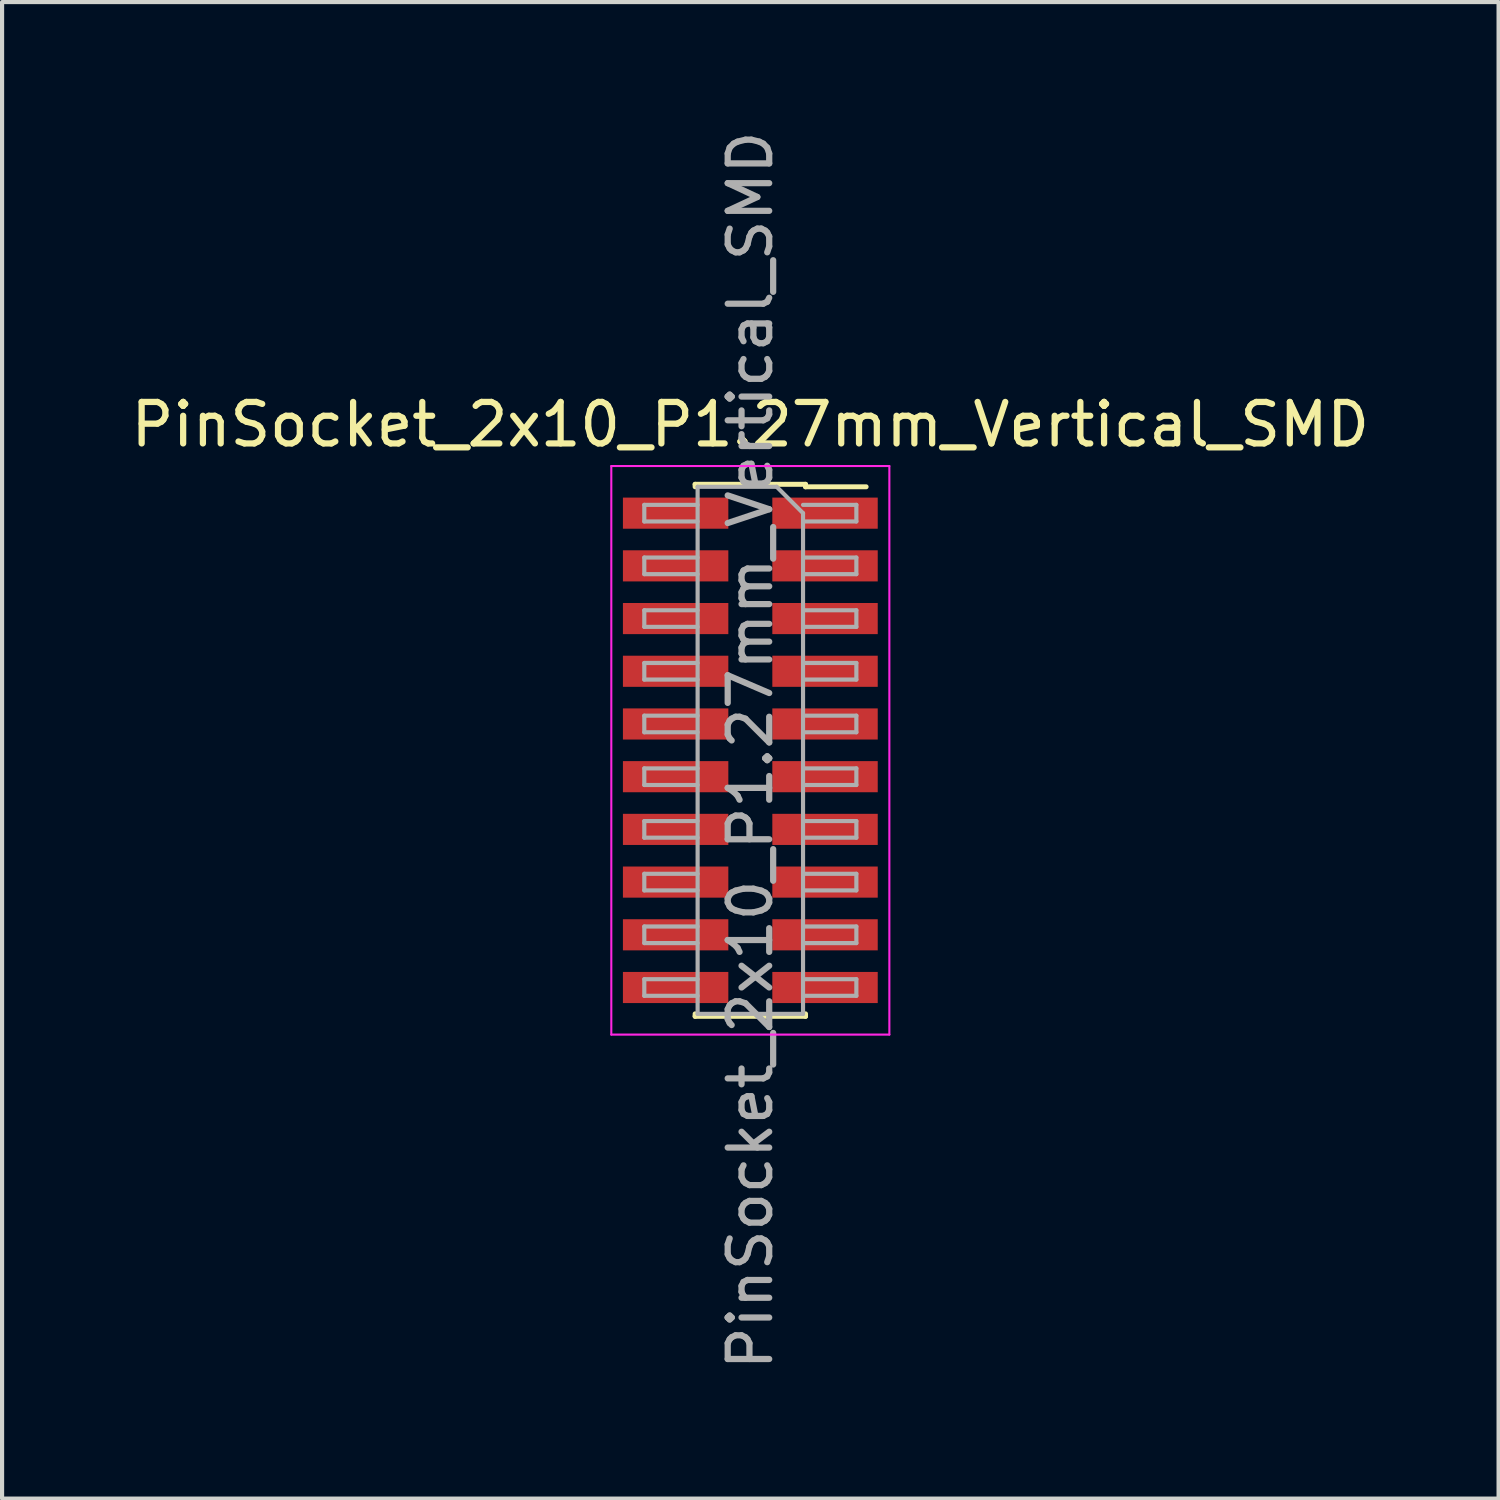
<source format=kicad_pcb>
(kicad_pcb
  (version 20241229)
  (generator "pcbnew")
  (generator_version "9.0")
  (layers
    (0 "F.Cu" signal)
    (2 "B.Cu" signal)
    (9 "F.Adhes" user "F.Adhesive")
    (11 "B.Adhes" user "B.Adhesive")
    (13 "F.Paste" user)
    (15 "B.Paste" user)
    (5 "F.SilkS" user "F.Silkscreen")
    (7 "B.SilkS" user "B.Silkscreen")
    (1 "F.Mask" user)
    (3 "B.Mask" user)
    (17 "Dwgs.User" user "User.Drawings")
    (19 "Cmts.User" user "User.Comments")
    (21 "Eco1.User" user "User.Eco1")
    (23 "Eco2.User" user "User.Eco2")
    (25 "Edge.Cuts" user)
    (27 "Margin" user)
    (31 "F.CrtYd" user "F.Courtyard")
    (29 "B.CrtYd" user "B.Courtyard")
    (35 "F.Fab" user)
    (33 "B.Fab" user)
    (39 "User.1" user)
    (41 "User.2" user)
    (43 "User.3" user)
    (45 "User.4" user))
  (footprint "PinSocket_2x10_P1.27mm_Vertical_SMD"
    (layer "F.Cu")
    (at 15.03 15.03)
    (property "Reference" "PinSocket_2x10_P1.27mm_Vertical_SMD" (at 0 -7.85 0) (layer "F.SilkS") (effects (font (size 1 1) (thickness 0.15))))
    (attr smd)
    (fp_line (start -1.33 -6.41) (end -1.33 -6.35) (stroke (width 0.12) (type solid)) (layer "F.SilkS"))
    (fp_line (start -1.33 -6.41) (end 1.33 -6.41) (stroke (width 0.12) (type solid)) (layer "F.SilkS"))
    (fp_line (start -1.33 6.35) (end -1.33 6.41) (stroke (width 0.12) (type solid)) (layer "F.SilkS"))
    (fp_line (start -1.33 6.41) (end 1.33 6.41) (stroke (width 0.12) (type solid)) (layer "F.SilkS"))
    (fp_line (start 1.33 -6.41) (end 1.33 -6.35) (stroke (width 0.12) (type solid)) (layer "F.SilkS"))
    (fp_line (start 1.33 -6.35) (end 2.79 -6.35) (stroke (width 0.12) (type solid)) (layer "F.SilkS"))
    (fp_line (start 1.33 6.35) (end 1.33 6.41) (stroke (width 0.12) (type solid)) (layer "F.SilkS"))
    (fp_line (start -3.35 -6.85) (end 3.35 -6.85) (stroke (width 0.05) (type solid)) (layer "F.CrtYd"))
    (fp_line (start -3.35 6.85) (end -3.35 -6.85) (stroke (width 0.05) (type solid)) (layer "F.CrtYd"))
    (fp_line (start 3.35 -6.85) (end 3.35 6.85) (stroke (width 0.05) (type solid)) (layer "F.CrtYd"))
    (fp_line (start 3.35 6.85) (end -3.35 6.85) (stroke (width 0.05) (type solid)) (layer "F.CrtYd"))
    (fp_line (start -2.555 -5.915) (end -1.27 -5.915) (stroke (width 0.1) (type solid)) (layer "F.Fab"))
    (fp_line (start -2.555 -5.515) (end -2.555 -5.915) (stroke (width 0.1) (type solid)) (layer "F.Fab"))
    (fp_line (start -2.555 -4.645) (end -1.27 -4.645) (stroke (width 0.1) (type solid)) (layer "F.Fab"))
    (fp_line (start -2.555 -4.245) (end -2.555 -4.645) (stroke (width 0.1) (type solid)) (layer "F.Fab"))
    (fp_line (start -2.555 -3.375) (end -1.27 -3.375) (stroke (width 0.1) (type solid)) (layer "F.Fab"))
    (fp_line (start -2.555 -2.975) (end -2.555 -3.375) (stroke (width 0.1) (type solid)) (layer "F.Fab"))
    (fp_line (start -2.555 -2.105) (end -1.27 -2.105) (stroke (width 0.1) (type solid)) (layer "F.Fab"))
    (fp_line (start -2.555 -1.705) (end -2.555 -2.105) (stroke (width 0.1) (type solid)) (layer "F.Fab"))
    (fp_line (start -2.555 -0.835) (end -1.27 -0.835) (stroke (width 0.1) (type solid)) (layer "F.Fab"))
    (fp_line (start -2.555 -0.435) (end -2.555 -0.835) (stroke (width 0.1) (type solid)) (layer "F.Fab"))
    (fp_line (start -2.555 0.435) (end -1.27 0.435) (stroke (width 0.1) (type solid)) (layer "F.Fab"))
    (fp_line (start -2.555 0.835) (end -2.555 0.435) (stroke (width 0.1) (type solid)) (layer "F.Fab"))
    (fp_line (start -2.555 1.705) (end -1.27 1.705) (stroke (width 0.1) (type solid)) (layer "F.Fab"))
    (fp_line (start -2.555 2.105) (end -2.555 1.705) (stroke (width 0.1) (type solid)) (layer "F.Fab"))
    (fp_line (start -2.555 2.975) (end -1.27 2.975) (stroke (width 0.1) (type solid)) (layer "F.Fab"))
    (fp_line (start -2.555 3.375) (end -2.555 2.975) (stroke (width 0.1) (type solid)) (layer "F.Fab"))
    (fp_line (start -2.555 4.245) (end -1.27 4.245) (stroke (width 0.1) (type solid)) (layer "F.Fab"))
    (fp_line (start -2.555 4.645) (end -2.555 4.245) (stroke (width 0.1) (type solid)) (layer "F.Fab"))
    (fp_line (start -2.555 5.515) (end -1.27 5.515) (stroke (width 0.1) (type solid)) (layer "F.Fab"))
    (fp_line (start -2.555 5.915) (end -2.555 5.515) (stroke (width 0.1) (type solid)) (layer "F.Fab"))
    (fp_line (start -1.27 -6.35) (end 0.635 -6.35) (stroke (width 0.1) (type solid)) (layer "F.Fab"))
    (fp_line (start -1.27 -5.515) (end -2.555 -5.515) (stroke (width 0.1) (type solid)) (layer "F.Fab"))
    (fp_line (start -1.27 -4.245) (end -2.555 -4.245) (stroke (width 0.1) (type solid)) (layer "F.Fab"))
    (fp_line (start -1.27 -2.975) (end -2.555 -2.975) (stroke (width 0.1) (type solid)) (layer "F.Fab"))
    (fp_line (start -1.27 -1.705) (end -2.555 -1.705) (stroke (width 0.1) (type solid)) (layer "F.Fab"))
    (fp_line (start -1.27 -0.435) (end -2.555 -0.435) (stroke (width 0.1) (type solid)) (layer "F.Fab"))
    (fp_line (start -1.27 0.835) (end -2.555 0.835) (stroke (width 0.1) (type solid)) (layer "F.Fab"))
    (fp_line (start -1.27 2.105) (end -2.555 2.105) (stroke (width 0.1) (type solid)) (layer "F.Fab"))
    (fp_line (start -1.27 3.375) (end -2.555 3.375) (stroke (width 0.1) (type solid)) (layer "F.Fab"))
    (fp_line (start -1.27 4.645) (end -2.555 4.645) (stroke (width 0.1) (type solid)) (layer "F.Fab"))
    (fp_line (start -1.27 5.915) (end -2.555 5.915) (stroke (width 0.1) (type solid)) (layer "F.Fab"))
    (fp_line (start -1.27 6.35) (end -1.27 -6.35) (stroke (width 0.1) (type solid)) (layer "F.Fab"))
    (fp_line (start 0.635 -6.35) (end 1.27 -5.715) (stroke (width 0.1) (type solid)) (layer "F.Fab"))
    (fp_line (start 1.27 -5.915) (end 2.555 -5.915) (stroke (width 0.1) (type solid)) (layer "F.Fab"))
    (fp_line (start 1.27 -5.715) (end 1.27 6.35) (stroke (width 0.1) (type solid)) (layer "F.Fab"))
    (fp_line (start 1.27 -4.645) (end 2.555 -4.645) (stroke (width 0.1) (type solid)) (layer "F.Fab"))
    (fp_line (start 1.27 -3.375) (end 2.555 -3.375) (stroke (width 0.1) (type solid)) (layer "F.Fab"))
    (fp_line (start 1.27 -2.105) (end 2.555 -2.105) (stroke (width 0.1) (type solid)) (layer "F.Fab"))
    (fp_line (start 1.27 -0.835) (end 2.555 -0.835) (stroke (width 0.1) (type solid)) (layer "F.Fab"))
    (fp_line (start 1.27 0.435) (end 2.555 0.435) (stroke (width 0.1) (type solid)) (layer "F.Fab"))
    (fp_line (start 1.27 1.705) (end 2.555 1.705) (stroke (width 0.1) (type solid)) (layer "F.Fab"))
    (fp_line (start 1.27 2.975) (end 2.555 2.975) (stroke (width 0.1) (type solid)) (layer "F.Fab"))
    (fp_line (start 1.27 4.245) (end 2.555 4.245) (stroke (width 0.1) (type solid)) (layer "F.Fab"))
    (fp_line (start 1.27 5.515) (end 2.555 5.515) (stroke (width 0.1) (type solid)) (layer "F.Fab"))
    (fp_line (start 1.27 6.35) (end -1.27 6.35) (stroke (width 0.1) (type solid)) (layer "F.Fab"))
    (fp_line (start 2.555 -5.915) (end 2.555 -5.515) (stroke (width 0.1) (type solid)) (layer "F.Fab"))
    (fp_line (start 2.555 -5.515) (end 1.27 -5.515) (stroke (width 0.1) (type solid)) (layer "F.Fab"))
    (fp_line (start 2.555 -4.645) (end 2.555 -4.245) (stroke (width 0.1) (type solid)) (layer "F.Fab"))
    (fp_line (start 2.555 -4.245) (end 1.27 -4.245) (stroke (width 0.1) (type solid)) (layer "F.Fab"))
    (fp_line (start 2.555 -3.375) (end 2.555 -2.975) (stroke (width 0.1) (type solid)) (layer "F.Fab"))
    (fp_line (start 2.555 -2.975) (end 1.27 -2.975) (stroke (width 0.1) (type solid)) (layer "F.Fab"))
    (fp_line (start 2.555 -2.105) (end 2.555 -1.705) (stroke (width 0.1) (type solid)) (layer "F.Fab"))
    (fp_line (start 2.555 -1.705) (end 1.27 -1.705) (stroke (width 0.1) (type solid)) (layer "F.Fab"))
    (fp_line (start 2.555 -0.835) (end 2.555 -0.435) (stroke (width 0.1) (type solid)) (layer "F.Fab"))
    (fp_line (start 2.555 -0.435) (end 1.27 -0.435) (stroke (width 0.1) (type solid)) (layer "F.Fab"))
    (fp_line (start 2.555 0.435) (end 2.555 0.835) (stroke (width 0.1) (type solid)) (layer "F.Fab"))
    (fp_line (start 2.555 0.835) (end 1.27 0.835) (stroke (width 0.1) (type solid)) (layer "F.Fab"))
    (fp_line (start 2.555 1.705) (end 2.555 2.105) (stroke (width 0.1) (type solid)) (layer "F.Fab"))
    (fp_line (start 2.555 2.105) (end 1.27 2.105) (stroke (width 0.1) (type solid)) (layer "F.Fab"))
    (fp_line (start 2.555 2.975) (end 2.555 3.375) (stroke (width 0.1) (type solid)) (layer "F.Fab"))
    (fp_line (start 2.555 3.375) (end 1.27 3.375) (stroke (width 0.1) (type solid)) (layer "F.Fab"))
    (fp_line (start 2.555 4.245) (end 2.555 4.645) (stroke (width 0.1) (type solid)) (layer "F.Fab"))
    (fp_line (start 2.555 4.645) (end 1.27 4.645) (stroke (width 0.1) (type solid)) (layer "F.Fab"))
    (fp_line (start 2.555 5.515) (end 2.555 5.915) (stroke (width 0.1) (type solid)) (layer "F.Fab"))
    (fp_line (start 2.555 5.915) (end 1.27 5.915) (stroke (width 0.1) (type solid)) (layer "F.Fab"))
    (fp_text user "${REFERENCE}" (at 0 0 90) (layer "F.Fab") (effects (font (size 1 1) (thickness 0.15))))
    (pad "1" smd rect (at 1.8 -5.715) (size 2.54 0.75) (layers "F.Cu" "F.Mask" "F.Paste"))
    (pad "2" smd rect (at -1.8 -5.715) (size 2.54 0.75) (layers "F.Cu" "F.Mask" "F.Paste"))
    (pad "3" smd rect (at 1.8 -4.445) (size 2.54 0.75) (layers "F.Cu" "F.Mask" "F.Paste"))
    (pad "4" smd rect (at -1.8 -4.445) (size 2.54 0.75) (layers "F.Cu" "F.Mask" "F.Paste"))
    (pad "5" smd rect (at 1.8 -3.175) (size 2.54 0.75) (layers "F.Cu" "F.Mask" "F.Paste"))
    (pad "6" smd rect (at -1.8 -3.175) (size 2.54 0.75) (layers "F.Cu" "F.Mask" "F.Paste"))
    (pad "7" smd rect (at 1.8 -1.905) (size 2.54 0.75) (layers "F.Cu" "F.Mask" "F.Paste"))
    (pad "8" smd rect (at -1.8 -1.905) (size 2.54 0.75) (layers "F.Cu" "F.Mask" "F.Paste"))
    (pad "9" smd rect (at 1.8 -0.635) (size 2.54 0.75) (layers "F.Cu" "F.Mask" "F.Paste"))
    (pad "10" smd rect (at -1.8 -0.635) (size 2.54 0.75) (layers "F.Cu" "F.Mask" "F.Paste"))
    (pad "11" smd rect (at 1.8 0.635) (size 2.54 0.75) (layers "F.Cu" "F.Mask" "F.Paste"))
    (pad "12" smd rect (at -1.8 0.635) (size 2.54 0.75) (layers "F.Cu" "F.Mask" "F.Paste"))
    (pad "13" smd rect (at 1.8 1.905) (size 2.54 0.75) (layers "F.Cu" "F.Mask" "F.Paste"))
    (pad "14" smd rect (at -1.8 1.905) (size 2.54 0.75) (layers "F.Cu" "F.Mask" "F.Paste"))
    (pad "15" smd rect (at 1.8 3.175) (size 2.54 0.75) (layers "F.Cu" "F.Mask" "F.Paste"))
    (pad "16" smd rect (at -1.8 3.175) (size 2.54 0.75) (layers "F.Cu" "F.Mask" "F.Paste"))
    (pad "17" smd rect (at 1.8 4.445) (size 2.54 0.75) (layers "F.Cu" "F.Mask" "F.Paste"))
    (pad "18" smd rect (at -1.8 4.445) (size 2.54 0.75) (layers "F.Cu" "F.Mask" "F.Paste"))
    (pad "19" smd rect (at 1.8 5.715) (size 2.54 0.75) (layers "F.Cu" "F.Mask" "F.Paste"))
    (pad "20" smd rect (at -1.8 5.715) (size 2.54 0.75) (layers "F.Cu" "F.Mask" "F.Paste")))
  (gr_rect
    (start -3 -3)
    (end 33.06 33.06)
    (stroke (width 0.1) (type default))
    (fill no)
    (layer "Edge.Cuts")))
</source>
